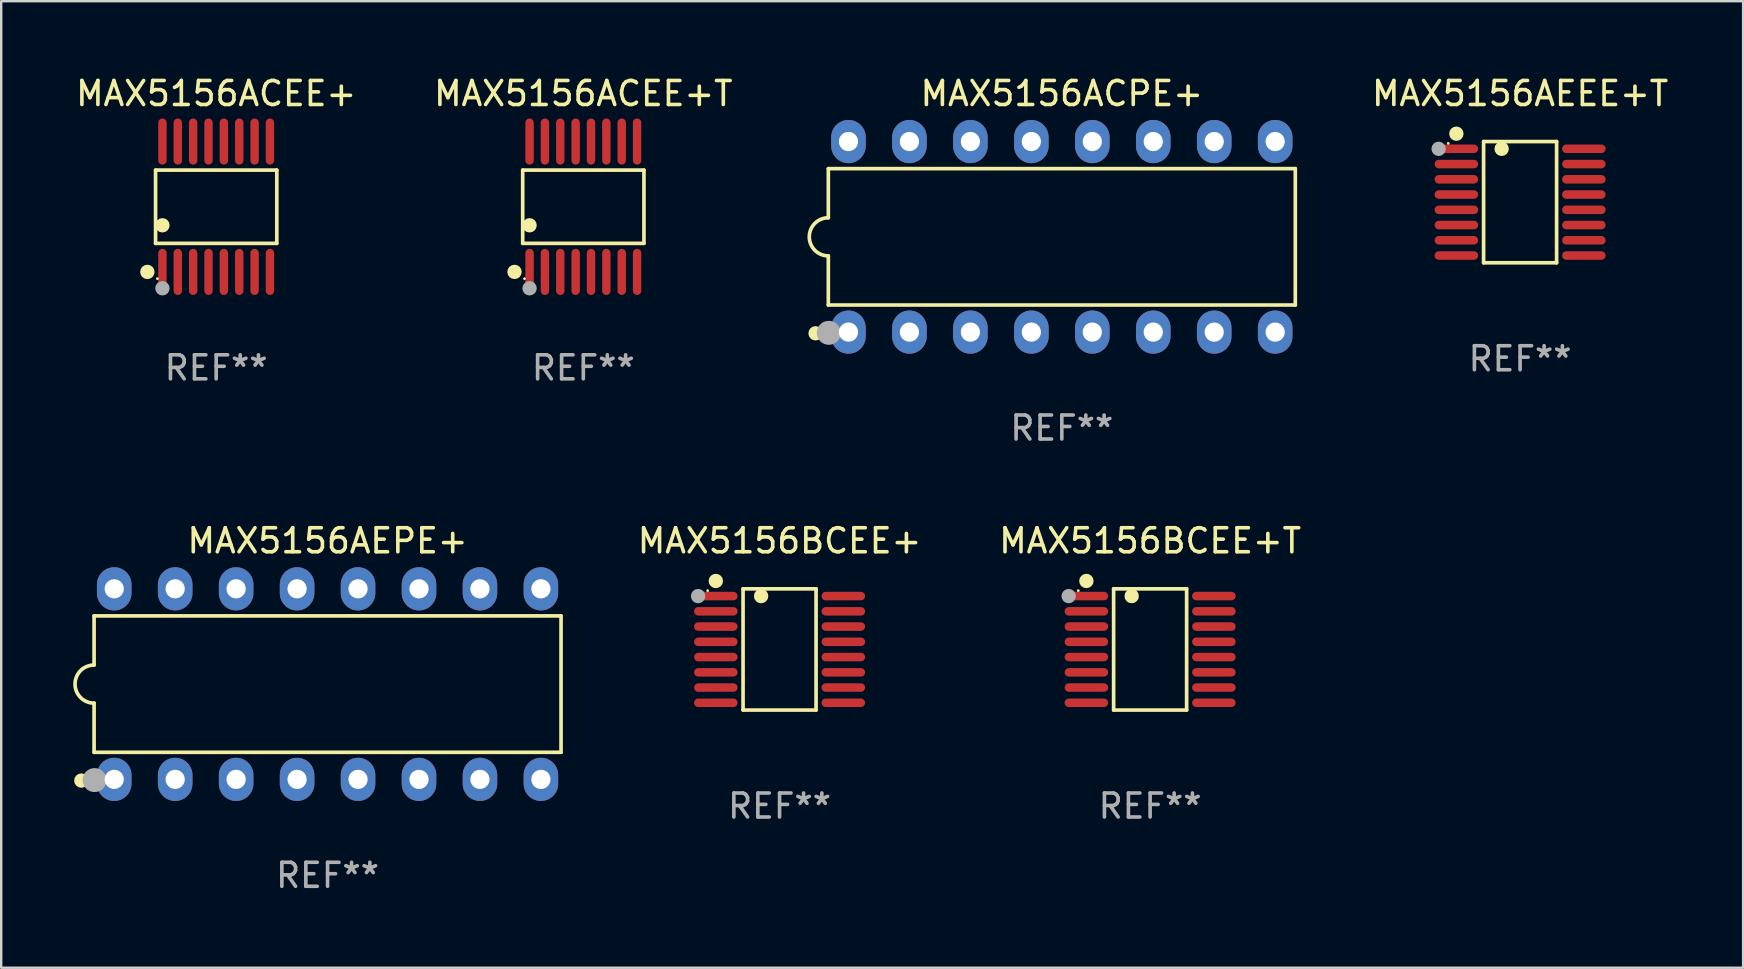
<source format=kicad_pcb>
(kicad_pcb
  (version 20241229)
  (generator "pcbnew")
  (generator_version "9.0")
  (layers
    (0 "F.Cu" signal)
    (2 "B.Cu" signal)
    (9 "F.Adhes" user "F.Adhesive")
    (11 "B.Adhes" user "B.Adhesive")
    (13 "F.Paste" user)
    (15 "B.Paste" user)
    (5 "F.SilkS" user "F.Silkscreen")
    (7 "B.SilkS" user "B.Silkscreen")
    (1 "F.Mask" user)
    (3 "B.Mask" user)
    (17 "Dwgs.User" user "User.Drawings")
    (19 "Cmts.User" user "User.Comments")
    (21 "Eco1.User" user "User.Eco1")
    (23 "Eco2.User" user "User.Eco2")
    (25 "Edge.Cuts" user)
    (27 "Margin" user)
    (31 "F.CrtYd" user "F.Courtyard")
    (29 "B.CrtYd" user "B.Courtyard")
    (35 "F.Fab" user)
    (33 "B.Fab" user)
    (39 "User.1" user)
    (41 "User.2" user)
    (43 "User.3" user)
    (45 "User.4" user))
  (footprint "MAX5156ACEE+T"
    (layer "F.Cu")
    (at 21.256 5.564)
    (property "Reference" "MAX5156ACEE+T" (at 0 -4.716 0) (layer "F.SilkS") (effects (font (size 1 1) (thickness 0.15))))
    (attr through_hole)
    (fp_line (start -2.526 -1.526) (end 2.526 -1.526) (stroke (width 0.152) (type solid)) (layer "F.SilkS"))
    (fp_line (start -2.526 1.526) (end -2.526 -1.526) (stroke (width 0.152) (type solid)) (layer "F.SilkS"))
    (fp_line (start 2.526 -1.526) (end 2.526 1.526) (stroke (width 0.152) (type solid)) (layer "F.SilkS"))
    (fp_line (start 2.526 1.526) (end -2.526 1.526) (stroke (width 0.152) (type solid)) (layer "F.SilkS"))
    (fp_circle (center -2.867 2.716) (end -2.717 2.716) (stroke (width 0.3) (type solid)) (fill no) (layer "F.SilkS"))
    (fp_circle (center -2.45 2.997) (end -2.42 2.997) (stroke (width 0.06) (type solid)) (fill no) (layer "F.SilkS"))
    (fp_circle (center -2.24 0.774) (end -2.09 0.774) (stroke (width 0.3) (type solid)) (fill no) (layer "F.SilkS"))
    (fp_circle (center -2.24 3.398) (end -2.09 3.398) (stroke (width 0.3) (type solid)) (fill no) (layer "F.Fab"))
    (fp_text user "REF**" (at 0 6.716 0) (layer "F.Fab") (effects (font (size 1 1) (thickness 0.15))))
    (pad "1" smd oval (at -2.24 2.716) (size 0.35 1.922) (layers "F.Cu" "F.Mask" "F.Paste"))
    (pad "2" smd oval (at -1.6 2.716) (size 0.35 1.922) (layers "F.Cu" "F.Mask" "F.Paste"))
    (pad "3" smd oval (at -0.96 2.716) (size 0.35 1.922) (layers "F.Cu" "F.Mask" "F.Paste"))
    (pad "4" smd oval (at -0.32 2.716) (size 0.35 1.922) (layers "F.Cu" "F.Mask" "F.Paste"))
    (pad "5" smd oval (at 0.32 2.716) (size 0.35 1.922) (layers "F.Cu" "F.Mask" "F.Paste"))
    (pad "6" smd oval (at 0.96 2.716) (size 0.35 1.922) (layers "F.Cu" "F.Mask" "F.Paste"))
    (pad "7" smd oval (at 1.6 2.716) (size 0.35 1.922) (layers "F.Cu" "F.Mask" "F.Paste"))
    (pad "8" smd oval (at 2.24 2.716) (size 0.35 1.922) (layers "F.Cu" "F.Mask" "F.Paste"))
    (pad "9" smd oval (at 2.24 -2.716) (size 0.35 1.922) (layers "F.Cu" "F.Mask" "F.Paste"))
    (pad "10" smd oval (at 1.6 -2.716) (size 0.35 1.922) (layers "F.Cu" "F.Mask" "F.Paste"))
    (pad "11" smd oval (at 0.96 -2.716) (size 0.35 1.922) (layers "F.Cu" "F.Mask" "F.Paste"))
    (pad "12" smd oval (at 0.32 -2.716) (size 0.35 1.922) (layers "F.Cu" "F.Mask" "F.Paste"))
    (pad "13" smd oval (at -0.32 -2.716) (size 0.35 1.922) (layers "F.Cu" "F.Mask" "F.Paste"))
    (pad "14" smd oval (at -0.96 -2.716) (size 0.35 1.922) (layers "F.Cu" "F.Mask" "F.Paste"))
    (pad "15" smd oval (at -1.6 -2.716) (size 0.35 1.922) (layers "F.Cu" "F.Mask" "F.Paste"))
    (pad "16" smd oval (at -2.24 -2.716) (size 0.35 1.922) (layers "F.Cu" "F.Mask" "F.Paste")))
  (footprint "MAX5156BCEE+"
    (layer "F.Cu")
    (at 29.433 24.011)
    (property "Reference" "MAX5156BCEE+" (at 0 -4.526 0) (layer "F.SilkS") (effects (font (size 1 1) (thickness 0.15))))
    (attr through_hole)
    (fp_line (start -1.521 -2.526) (end 1.521 -2.526) (stroke (width 0.152) (type solid)) (layer "F.SilkS"))
    (fp_line (start -1.521 2.526) (end -1.521 -2.526) (stroke (width 0.152) (type solid)) (layer "F.SilkS"))
    (fp_line (start 1.521 -2.526) (end 1.521 2.526) (stroke (width 0.152) (type solid)) (layer "F.SilkS"))
    (fp_line (start 1.521 2.526) (end -1.521 2.526) (stroke (width 0.152) (type solid)) (layer "F.SilkS"))
    (fp_circle (center -2.995 -2.45) (end -2.965 -2.45) (stroke (width 0.06) (type solid)) (fill no) (layer "F.SilkS"))
    (fp_circle (center -2.656 -2.853) (end -2.506 -2.853) (stroke (width 0.3) (type solid)) (fill no) (layer "F.SilkS"))
    (fp_circle (center -0.769 -2.223) (end -0.619 -2.223) (stroke (width 0.3) (type solid)) (fill no) (layer "F.SilkS"))
    (fp_circle (center -3.395 -2.223) (end -3.245 -2.223) (stroke (width 0.3) (type solid)) (fill no) (layer "F.Fab"))
    (fp_text user "REF**" (at 0 6.526 0) (layer "F.Fab") (effects (font (size 1 1) (thickness 0.15))))
    (pad "1" smd oval (at -2.656 -2.223 270) (size 0.356 1.813) (layers "F.Cu" "F.Mask" "F.Paste"))
    (pad "2" smd oval (at -2.656 -1.588 270) (size 0.356 1.813) (layers "F.Cu" "F.Mask" "F.Paste"))
    (pad "3" smd oval (at -2.656 -0.953 270) (size 0.356 1.813) (layers "F.Cu" "F.Mask" "F.Paste"))
    (pad "4" smd oval (at -2.656 -0.318 270) (size 0.356 1.813) (layers "F.Cu" "F.Mask" "F.Paste"))
    (pad "5" smd oval (at -2.656 0.318 270) (size 0.356 1.813) (layers "F.Cu" "F.Mask" "F.Paste"))
    (pad "6" smd oval (at -2.656 0.953 270) (size 0.356 1.813) (layers "F.Cu" "F.Mask" "F.Paste"))
    (pad "7" smd oval (at -2.656 1.588 270) (size 0.356 1.813) (layers "F.Cu" "F.Mask" "F.Paste"))
    (pad "8" smd oval (at -2.656 2.223 270) (size 0.356 1.813) (layers "F.Cu" "F.Mask" "F.Paste"))
    (pad "9" smd oval (at 2.656 2.223 270) (size 0.356 1.813) (layers "F.Cu" "F.Mask" "F.Paste"))
    (pad "10" smd oval (at 2.656 1.588 270) (size 0.356 1.813) (layers "F.Cu" "F.Mask" "F.Paste"))
    (pad "11" smd oval (at 2.656 0.953 270) (size 0.356 1.813) (layers "F.Cu" "F.Mask" "F.Paste"))
    (pad "12" smd oval (at 2.656 0.318 270) (size 0.356 1.813) (layers "F.Cu" "F.Mask" "F.Paste"))
    (pad "13" smd oval (at 2.656 -0.318 270) (size 0.356 1.813) (layers "F.Cu" "F.Mask" "F.Paste"))
    (pad "14" smd oval (at 2.656 -0.953 270) (size 0.356 1.813) (layers "F.Cu" "F.Mask" "F.Paste"))
    (pad "15" smd oval (at 2.656 -1.588 270) (size 0.356 1.813) (layers "F.Cu" "F.Mask" "F.Paste"))
    (pad "16" smd oval (at 2.656 -2.223 270) (size 0.356 1.813) (layers "F.Cu" "F.Mask" "F.Paste")))
  (footprint "MAX5156ACEE+"
    (layer "F.Cu")
    (at 5.958 5.564)
    (property "Reference" "MAX5156ACEE+" (at 0 -4.716 0) (layer "F.SilkS") (effects (font (size 1 1) (thickness 0.15))))
    (attr through_hole)
    (fp_line (start -2.526 -1.526) (end 2.526 -1.526) (stroke (width 0.152) (type solid)) (layer "F.SilkS"))
    (fp_line (start -2.526 1.526) (end -2.526 -1.526) (stroke (width 0.152) (type solid)) (layer "F.SilkS"))
    (fp_line (start 2.526 -1.526) (end 2.526 1.526) (stroke (width 0.152) (type solid)) (layer "F.SilkS"))
    (fp_line (start 2.526 1.526) (end -2.526 1.526) (stroke (width 0.152) (type solid)) (layer "F.SilkS"))
    (fp_circle (center -2.867 2.716) (end -2.717 2.716) (stroke (width 0.3) (type solid)) (fill no) (layer "F.SilkS"))
    (fp_circle (center -2.45 2.997) (end -2.42 2.997) (stroke (width 0.06) (type solid)) (fill no) (layer "F.SilkS"))
    (fp_circle (center -2.24 0.774) (end -2.09 0.774) (stroke (width 0.3) (type solid)) (fill no) (layer "F.SilkS"))
    (fp_circle (center -2.24 3.398) (end -2.09 3.398) (stroke (width 0.3) (type solid)) (fill no) (layer "F.Fab"))
    (fp_text user "REF**" (at 0 6.716 0) (layer "F.Fab") (effects (font (size 1 1) (thickness 0.15))))
    (pad "1" smd oval (at -2.24 2.716) (size 0.35 1.922) (layers "F.Cu" "F.Mask" "F.Paste"))
    (pad "2" smd oval (at -1.6 2.716) (size 0.35 1.922) (layers "F.Cu" "F.Mask" "F.Paste"))
    (pad "3" smd oval (at -0.96 2.716) (size 0.35 1.922) (layers "F.Cu" "F.Mask" "F.Paste"))
    (pad "4" smd oval (at -0.32 2.716) (size 0.35 1.922) (layers "F.Cu" "F.Mask" "F.Paste"))
    (pad "5" smd oval (at 0.32 2.716) (size 0.35 1.922) (layers "F.Cu" "F.Mask" "F.Paste"))
    (pad "6" smd oval (at 0.96 2.716) (size 0.35 1.922) (layers "F.Cu" "F.Mask" "F.Paste"))
    (pad "7" smd oval (at 1.6 2.716) (size 0.35 1.922) (layers "F.Cu" "F.Mask" "F.Paste"))
    (pad "8" smd oval (at 2.24 2.716) (size 0.35 1.922) (layers "F.Cu" "F.Mask" "F.Paste"))
    (pad "9" smd oval (at 2.24 -2.716) (size 0.35 1.922) (layers "F.Cu" "F.Mask" "F.Paste"))
    (pad "10" smd oval (at 1.6 -2.716) (size 0.35 1.922) (layers "F.Cu" "F.Mask" "F.Paste"))
    (pad "11" smd oval (at 0.96 -2.716) (size 0.35 1.922) (layers "F.Cu" "F.Mask" "F.Paste"))
    (pad "12" smd oval (at 0.32 -2.716) (size 0.35 1.922) (layers "F.Cu" "F.Mask" "F.Paste"))
    (pad "13" smd oval (at -0.32 -2.716) (size 0.35 1.922) (layers "F.Cu" "F.Mask" "F.Paste"))
    (pad "14" smd oval (at -0.96 -2.716) (size 0.35 1.922) (layers "F.Cu" "F.Mask" "F.Paste"))
    (pad "15" smd oval (at -1.6 -2.716) (size 0.35 1.922) (layers "F.Cu" "F.Mask" "F.Paste"))
    (pad "16" smd oval (at -2.24 -2.716) (size 0.35 1.922) (layers "F.Cu" "F.Mask" "F.Paste")))
  (footprint "MAX5156AEEE+T"
    (layer "F.Cu")
    (at 60.29 5.374)
    (property "Reference" "MAX5156AEEE+T" (at 0 -4.526 0) (layer "F.SilkS") (effects (font (size 1 1) (thickness 0.15))))
    (attr through_hole)
    (fp_line (start -1.521 -2.526) (end 1.521 -2.526) (stroke (width 0.152) (type solid)) (layer "F.SilkS"))
    (fp_line (start -1.521 2.526) (end -1.521 -2.526) (stroke (width 0.152) (type solid)) (layer "F.SilkS"))
    (fp_line (start 1.521 -2.526) (end 1.521 2.526) (stroke (width 0.152) (type solid)) (layer "F.SilkS"))
    (fp_line (start 1.521 2.526) (end -1.521 2.526) (stroke (width 0.152) (type solid)) (layer "F.SilkS"))
    (fp_circle (center -2.995 -2.45) (end -2.965 -2.45) (stroke (width 0.06) (type solid)) (fill no) (layer "F.SilkS"))
    (fp_circle (center -2.656 -2.853) (end -2.506 -2.853) (stroke (width 0.3) (type solid)) (fill no) (layer "F.SilkS"))
    (fp_circle (center -0.769 -2.223) (end -0.619 -2.223) (stroke (width 0.3) (type solid)) (fill no) (layer "F.SilkS"))
    (fp_circle (center -3.395 -2.223) (end -3.245 -2.223) (stroke (width 0.3) (type solid)) (fill no) (layer "F.Fab"))
    (fp_text user "REF**" (at 0 6.526 0) (layer "F.Fab") (effects (font (size 1 1) (thickness 0.15))))
    (pad "1" smd oval (at -2.656 -2.223 270) (size 0.356 1.813) (layers "F.Cu" "F.Mask" "F.Paste"))
    (pad "2" smd oval (at -2.656 -1.588 270) (size 0.356 1.813) (layers "F.Cu" "F.Mask" "F.Paste"))
    (pad "3" smd oval (at -2.656 -0.953 270) (size 0.356 1.813) (layers "F.Cu" "F.Mask" "F.Paste"))
    (pad "4" smd oval (at -2.656 -0.318 270) (size 0.356 1.813) (layers "F.Cu" "F.Mask" "F.Paste"))
    (pad "5" smd oval (at -2.656 0.318 270) (size 0.356 1.813) (layers "F.Cu" "F.Mask" "F.Paste"))
    (pad "6" smd oval (at -2.656 0.953 270) (size 0.356 1.813) (layers "F.Cu" "F.Mask" "F.Paste"))
    (pad "7" smd oval (at -2.656 1.588 270) (size 0.356 1.813) (layers "F.Cu" "F.Mask" "F.Paste"))
    (pad "8" smd oval (at -2.656 2.223 270) (size 0.356 1.813) (layers "F.Cu" "F.Mask" "F.Paste"))
    (pad "9" smd oval (at 2.656 2.223 270) (size 0.356 1.813) (layers "F.Cu" "F.Mask" "F.Paste"))
    (pad "10" smd oval (at 2.656 1.588 270) (size 0.356 1.813) (layers "F.Cu" "F.Mask" "F.Paste"))
    (pad "11" smd oval (at 2.656 0.953 270) (size 0.356 1.813) (layers "F.Cu" "F.Mask" "F.Paste"))
    (pad "12" smd oval (at 2.656 0.318 270) (size 0.356 1.813) (layers "F.Cu" "F.Mask" "F.Paste"))
    (pad "13" smd oval (at 2.656 -0.318 270) (size 0.356 1.813) (layers "F.Cu" "F.Mask" "F.Paste"))
    (pad "14" smd oval (at 2.656 -0.953 270) (size 0.356 1.813) (layers "F.Cu" "F.Mask" "F.Paste"))
    (pad "15" smd oval (at 2.656 -1.588 270) (size 0.356 1.813) (layers "F.Cu" "F.Mask" "F.Paste"))
    (pad "16" smd oval (at 2.656 -2.223 270) (size 0.356 1.813) (layers "F.Cu" "F.Mask" "F.Paste")))
  (footprint "MAX5156ACPE+"
    (layer "F.Cu")
    (at 41.194 6.818)
    (property "Reference" "MAX5156ACPE+" (at 0 -5.97 0) (layer "F.SilkS") (effects (font (size 1 1) (thickness 0.15))))
    (attr through_hole)
    (fp_line (start -9.729 -2.841) (end -9.729 -0.794) (stroke (width 0.152) (type solid)) (layer "F.SilkS"))
    (fp_line (start -9.729 0.794) (end -9.729 2.841) (stroke (width 0.152) (type solid)) (layer "F.SilkS"))
    (fp_line (start -9.729 2.841) (end 9.729 2.841) (stroke (width 0.152) (type solid)) (layer "F.SilkS"))
    (fp_line (start 9.729 -2.841) (end -9.729 -2.841) (stroke (width 0.152) (type solid)) (layer "F.SilkS"))
    (fp_line (start 9.729 2.841) (end 9.729 -2.841) (stroke (width 0.152) (type solid)) (layer "F.SilkS"))
    (fp_arc (start -9.7287 0.793749) (mid -10.522449 0) (end -9.7287 -0.793749) (stroke (width 0.1524) (type solid)) (layer "F.SilkS"))
    (fp_circle (center -10.26 4.02) (end -10.11 4.02) (stroke (width 0.3) (type solid)) (fill no) (layer "F.SilkS"))
    (fp_circle (center -9.653 4.23) (end -9.623 4.23) (stroke (width 0.06) (type solid)) (fill no) (layer "F.SilkS"))
    (fp_circle (center -9.71 4) (end -9.46 4) (stroke (width 0.5) (type solid)) (fill no) (layer "F.Fab"))
    (fp_text user "REF**" (at 0 7.97 0) (layer "F.Fab") (effects (font (size 1 1) (thickness 0.15))))
    (pad "1" thru_hole oval (at -8.89 3.97) (size 1.44 1.8) (drill 0.8) (layers "*.Cu" "*.Mask"))
    (pad "2" thru_hole oval (at -6.35 3.97) (size 1.44 1.8) (drill 0.8) (layers "*.Cu" "*.Mask"))
    (pad "3" thru_hole oval (at -3.81 3.97) (size 1.44 1.8) (drill 0.8) (layers "*.Cu" "*.Mask"))
    (pad "4" thru_hole oval (at -1.27 3.97) (size 1.44 1.8) (drill 0.8) (layers "*.Cu" "*.Mask"))
    (pad "5" thru_hole oval (at 1.27 3.97) (size 1.44 1.8) (drill 0.8) (layers "*.Cu" "*.Mask"))
    (pad "6" thru_hole oval (at 3.81 3.97) (size 1.44 1.8) (drill 0.8) (layers "*.Cu" "*.Mask"))
    (pad "7" thru_hole oval (at 6.35 3.97) (size 1.44 1.8) (drill 0.8) (layers "*.Cu" "*.Mask"))
    (pad "8" thru_hole oval (at 8.89 3.97) (size 1.44 1.8) (drill 0.8) (layers "*.Cu" "*.Mask"))
    (pad "9" thru_hole oval (at 8.89 -3.97) (size 1.44 1.8) (drill 0.8) (layers "*.Cu" "*.Mask"))
    (pad "10" thru_hole oval (at 6.35 -3.97) (size 1.44 1.8) (drill 0.8) (layers "*.Cu" "*.Mask"))
    (pad "11" thru_hole oval (at 3.81 -3.97) (size 1.44 1.8) (drill 0.8) (layers "*.Cu" "*.Mask"))
    (pad "12" thru_hole oval (at 1.27 -3.97) (size 1.44 1.8) (drill 0.8) (layers "*.Cu" "*.Mask"))
    (pad "13" thru_hole oval (at -1.27 -3.97) (size 1.44 1.8) (drill 0.8) (layers "*.Cu" "*.Mask"))
    (pad "14" thru_hole oval (at -3.81 -3.97) (size 1.44 1.8) (drill 0.8) (layers "*.Cu" "*.Mask"))
    (pad "15" thru_hole oval (at -6.35 -3.97) (size 1.44 1.8) (drill 0.8) (layers "*.Cu" "*.Mask"))
    (pad "16" thru_hole oval (at -8.89 -3.97) (size 1.44 1.8) (drill 0.8) (layers "*.Cu" "*.Mask")))
  (footprint "MAX5156AEPE+"
    (layer "F.Cu")
    (at 10.599 25.455)
    (property "Reference" "MAX5156AEPE+" (at 0 -5.97 0) (layer "F.SilkS") (effects (font (size 1 1) (thickness 0.15))))
    (attr through_hole)
    (fp_line (start -9.729 -2.841) (end -9.729 -0.794) (stroke (width 0.152) (type solid)) (layer "F.SilkS"))
    (fp_line (start -9.729 0.794) (end -9.729 2.841) (stroke (width 0.152) (type solid)) (layer "F.SilkS"))
    (fp_line (start -9.729 2.841) (end 9.729 2.841) (stroke (width 0.152) (type solid)) (layer "F.SilkS"))
    (fp_line (start 9.729 -2.841) (end -9.729 -2.841) (stroke (width 0.152) (type solid)) (layer "F.SilkS"))
    (fp_line (start 9.729 2.841) (end 9.729 -2.841) (stroke (width 0.152) (type solid)) (layer "F.SilkS"))
    (fp_arc (start -9.7287 0.793749) (mid -10.522449 0) (end -9.7287 -0.793749) (stroke (width 0.1524) (type solid)) (layer "F.SilkS"))
    (fp_circle (center -10.26 4.02) (end -10.11 4.02) (stroke (width 0.3) (type solid)) (fill no) (layer "F.SilkS"))
    (fp_circle (center -9.653 4.23) (end -9.623 4.23) (stroke (width 0.06) (type solid)) (fill no) (layer "F.SilkS"))
    (fp_circle (center -9.71 4) (end -9.46 4) (stroke (width 0.5) (type solid)) (fill no) (layer "F.Fab"))
    (fp_text user "REF**" (at 0 7.97 0) (layer "F.Fab") (effects (font (size 1 1) (thickness 0.15))))
    (pad "1" thru_hole oval (at -8.89 3.97) (size 1.44 1.8) (drill 0.8) (layers "*.Cu" "*.Mask"))
    (pad "2" thru_hole oval (at -6.35 3.97) (size 1.44 1.8) (drill 0.8) (layers "*.Cu" "*.Mask"))
    (pad "3" thru_hole oval (at -3.81 3.97) (size 1.44 1.8) (drill 0.8) (layers "*.Cu" "*.Mask"))
    (pad "4" thru_hole oval (at -1.27 3.97) (size 1.44 1.8) (drill 0.8) (layers "*.Cu" "*.Mask"))
    (pad "5" thru_hole oval (at 1.27 3.97) (size 1.44 1.8) (drill 0.8) (layers "*.Cu" "*.Mask"))
    (pad "6" thru_hole oval (at 3.81 3.97) (size 1.44 1.8) (drill 0.8) (layers "*.Cu" "*.Mask"))
    (pad "7" thru_hole oval (at 6.35 3.97) (size 1.44 1.8) (drill 0.8) (layers "*.Cu" "*.Mask"))
    (pad "8" thru_hole oval (at 8.89 3.97) (size 1.44 1.8) (drill 0.8) (layers "*.Cu" "*.Mask"))
    (pad "9" thru_hole oval (at 8.89 -3.97) (size 1.44 1.8) (drill 0.8) (layers "*.Cu" "*.Mask"))
    (pad "10" thru_hole oval (at 6.35 -3.97) (size 1.44 1.8) (drill 0.8) (layers "*.Cu" "*.Mask"))
    (pad "11" thru_hole oval (at 3.81 -3.97) (size 1.44 1.8) (drill 0.8) (layers "*.Cu" "*.Mask"))
    (pad "12" thru_hole oval (at 1.27 -3.97) (size 1.44 1.8) (drill 0.8) (layers "*.Cu" "*.Mask"))
    (pad "13" thru_hole oval (at -1.27 -3.97) (size 1.44 1.8) (drill 0.8) (layers "*.Cu" "*.Mask"))
    (pad "14" thru_hole oval (at -3.81 -3.97) (size 1.44 1.8) (drill 0.8) (layers "*.Cu" "*.Mask"))
    (pad "15" thru_hole oval (at -6.35 -3.97) (size 1.44 1.8) (drill 0.8) (layers "*.Cu" "*.Mask"))
    (pad "16" thru_hole oval (at -8.89 -3.97) (size 1.44 1.8) (drill 0.8) (layers "*.Cu" "*.Mask")))
  (footprint "MAX5156BCEE+T"
    (layer "F.Cu")
    (at 44.874 24.011)
    (property "Reference" "MAX5156BCEE+T" (at 0 -4.526 0) (layer "F.SilkS") (effects (font (size 1 1) (thickness 0.15))))
    (attr through_hole)
    (fp_line (start -1.521 -2.526) (end 1.521 -2.526) (stroke (width 0.152) (type solid)) (layer "F.SilkS"))
    (fp_line (start -1.521 2.526) (end -1.521 -2.526) (stroke (width 0.152) (type solid)) (layer "F.SilkS"))
    (fp_line (start 1.521 -2.526) (end 1.521 2.526) (stroke (width 0.152) (type solid)) (layer "F.SilkS"))
    (fp_line (start 1.521 2.526) (end -1.521 2.526) (stroke (width 0.152) (type solid)) (layer "F.SilkS"))
    (fp_circle (center -2.995 -2.45) (end -2.965 -2.45) (stroke (width 0.06) (type solid)) (fill no) (layer "F.SilkS"))
    (fp_circle (center -2.656 -2.853) (end -2.506 -2.853) (stroke (width 0.3) (type solid)) (fill no) (layer "F.SilkS"))
    (fp_circle (center -0.769 -2.223) (end -0.619 -2.223) (stroke (width 0.3) (type solid)) (fill no) (layer "F.SilkS"))
    (fp_circle (center -3.395 -2.223) (end -3.245 -2.223) (stroke (width 0.3) (type solid)) (fill no) (layer "F.Fab"))
    (fp_text user "REF**" (at 0 6.526 0) (layer "F.Fab") (effects (font (size 1 1) (thickness 0.15))))
    (pad "1" smd oval (at -2.656 -2.223 270) (size 0.356 1.813) (layers "F.Cu" "F.Mask" "F.Paste"))
    (pad "2" smd oval (at -2.656 -1.588 270) (size 0.356 1.813) (layers "F.Cu" "F.Mask" "F.Paste"))
    (pad "3" smd oval (at -2.656 -0.953 270) (size 0.356 1.813) (layers "F.Cu" "F.Mask" "F.Paste"))
    (pad "4" smd oval (at -2.656 -0.318 270) (size 0.356 1.813) (layers "F.Cu" "F.Mask" "F.Paste"))
    (pad "5" smd oval (at -2.656 0.318 270) (size 0.356 1.813) (layers "F.Cu" "F.Mask" "F.Paste"))
    (pad "6" smd oval (at -2.656 0.953 270) (size 0.356 1.813) (layers "F.Cu" "F.Mask" "F.Paste"))
    (pad "7" smd oval (at -2.656 1.588 270) (size 0.356 1.813) (layers "F.Cu" "F.Mask" "F.Paste"))
    (pad "8" smd oval (at -2.656 2.223 270) (size 0.356 1.813) (layers "F.Cu" "F.Mask" "F.Paste"))
    (pad "9" smd oval (at 2.656 2.223 270) (size 0.356 1.813) (layers "F.Cu" "F.Mask" "F.Paste"))
    (pad "10" smd oval (at 2.656 1.588 270) (size 0.356 1.813) (layers "F.Cu" "F.Mask" "F.Paste"))
    (pad "11" smd oval (at 2.656 0.953 270) (size 0.356 1.813) (layers "F.Cu" "F.Mask" "F.Paste"))
    (pad "12" smd oval (at 2.656 0.318 270) (size 0.356 1.813) (layers "F.Cu" "F.Mask" "F.Paste"))
    (pad "13" smd oval (at 2.656 -0.318 270) (size 0.356 1.813) (layers "F.Cu" "F.Mask" "F.Paste"))
    (pad "14" smd oval (at 2.656 -0.953 270) (size 0.356 1.813) (layers "F.Cu" "F.Mask" "F.Paste"))
    (pad "15" smd oval (at 2.656 -1.588 270) (size 0.356 1.813) (layers "F.Cu" "F.Mask" "F.Paste"))
    (pad "16" smd oval (at 2.656 -2.223 270) (size 0.356 1.813) (layers "F.Cu" "F.Mask" "F.Paste")))
  (gr_rect
    (start -3 -3)
    (end 69.582 37.273)
    (stroke (width 0.1) (type default))
    (fill no)
    (layer "Edge.Cuts")))
</source>
